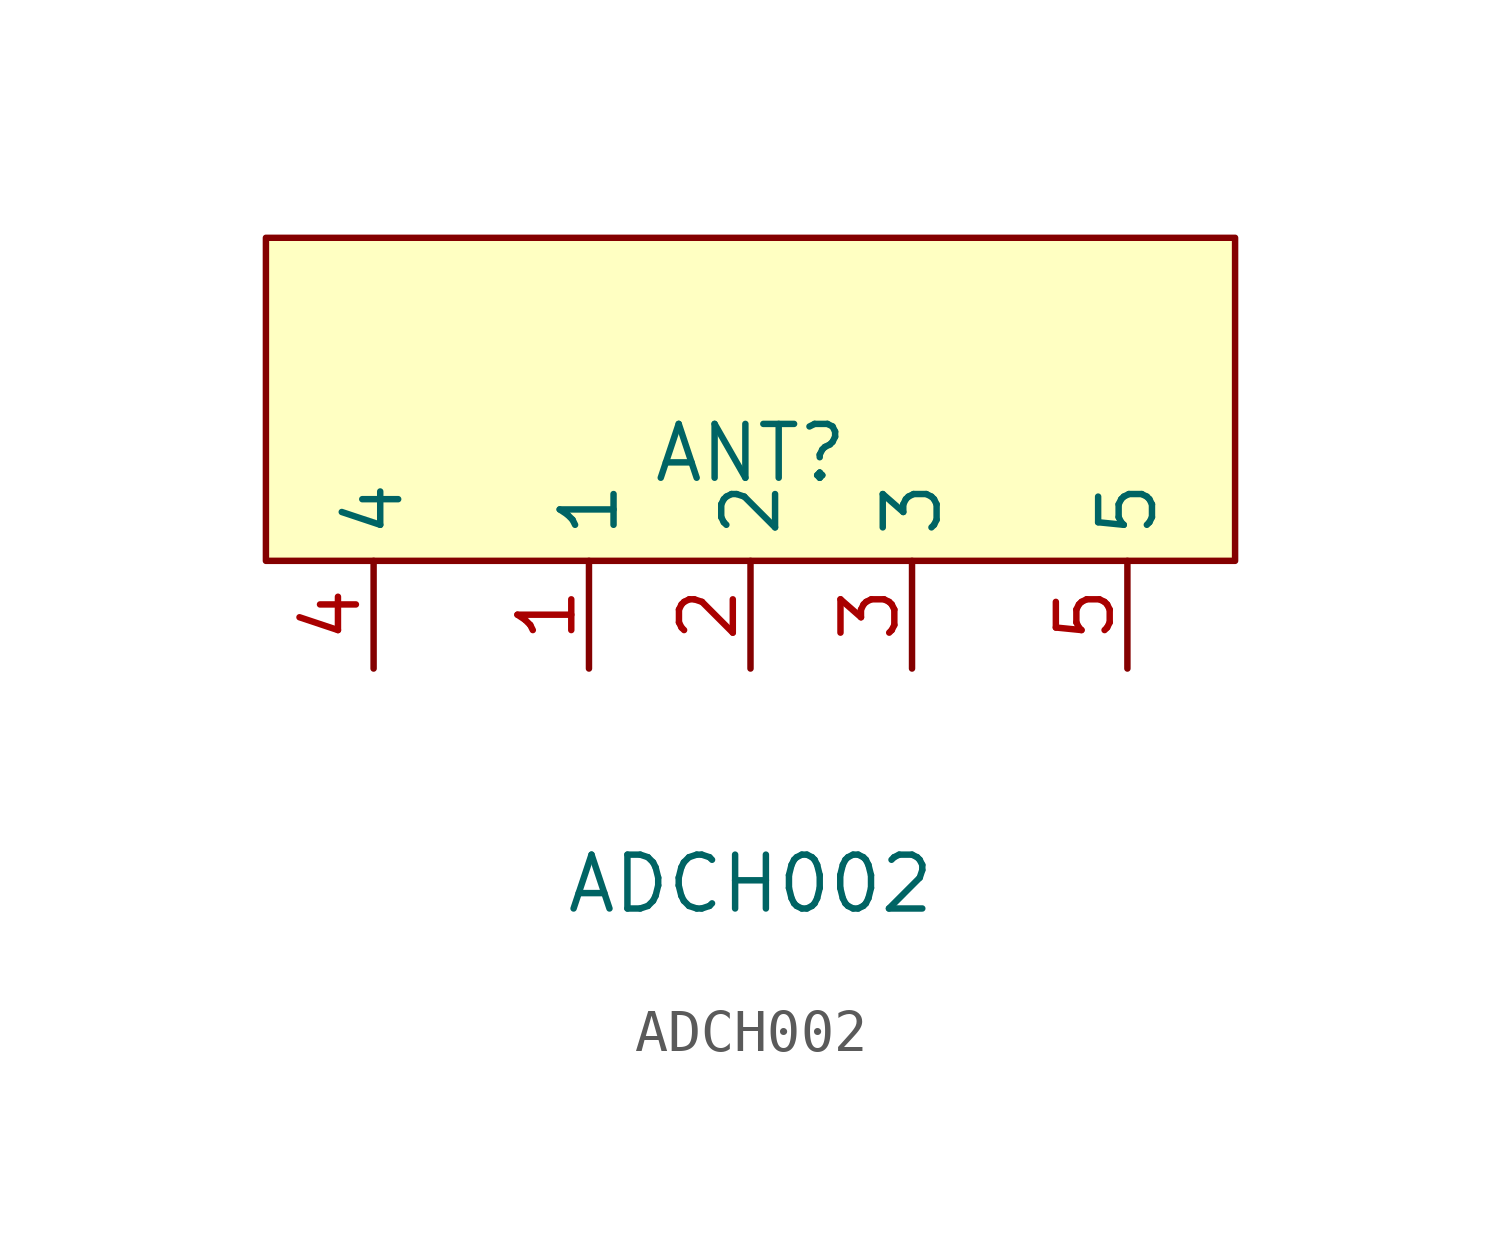
<source format=kicad_sym>
(kicad_symbol_lib
  (version 20211014)
  (generator https://github.com/uPesy/easyeda2kicad.py)
  (symbol "ADCH002"
    (property "Reference" "ANT"
      (at 0 1.27 0)
      (effects (font (size 1.27 1.27))))
    (property "Value" "ADCH002"
      (at 0 -8.89 0)
      (effects (font (size 1.27 1.27))))
    (symbol "ADCH002_0_1"
      (rectangle (start -11.43 6.35) (end 11.43 -1.27) (stroke (width 0) (type default) (color 0 0 0 0)) (fill (type background)))
      (pin unspecified line (at -3.81 -3.81 90) (length 2.54) (name "1" (effects (font (size 1.27 1.27)))) (number "1" (effects (font (size 1.27 1.27)))))
      (pin unspecified line (at 0.00 -3.81 90) (length 2.54) (name "2" (effects (font (size 1.27 1.27)))) (number "2" (effects (font (size 1.27 1.27)))))
      (pin unspecified line (at 3.81 -3.81 90) (length 2.54) (name "3" (effects (font (size 1.27 1.27)))) (number "3" (effects (font (size 1.27 1.27)))))
      (pin unspecified line (at -8.89 -3.81 90) (length 2.54) (name "4" (effects (font (size 1.27 1.27)))) (number "4" (effects (font (size 1.27 1.27)))))
      (pin unspecified line (at 8.89 -3.81 90) (length 2.54) (name "5" (effects (font (size 1.27 1.27)))) (number "5" (effects (font (size 1.27 1.27))))))))
</source>
